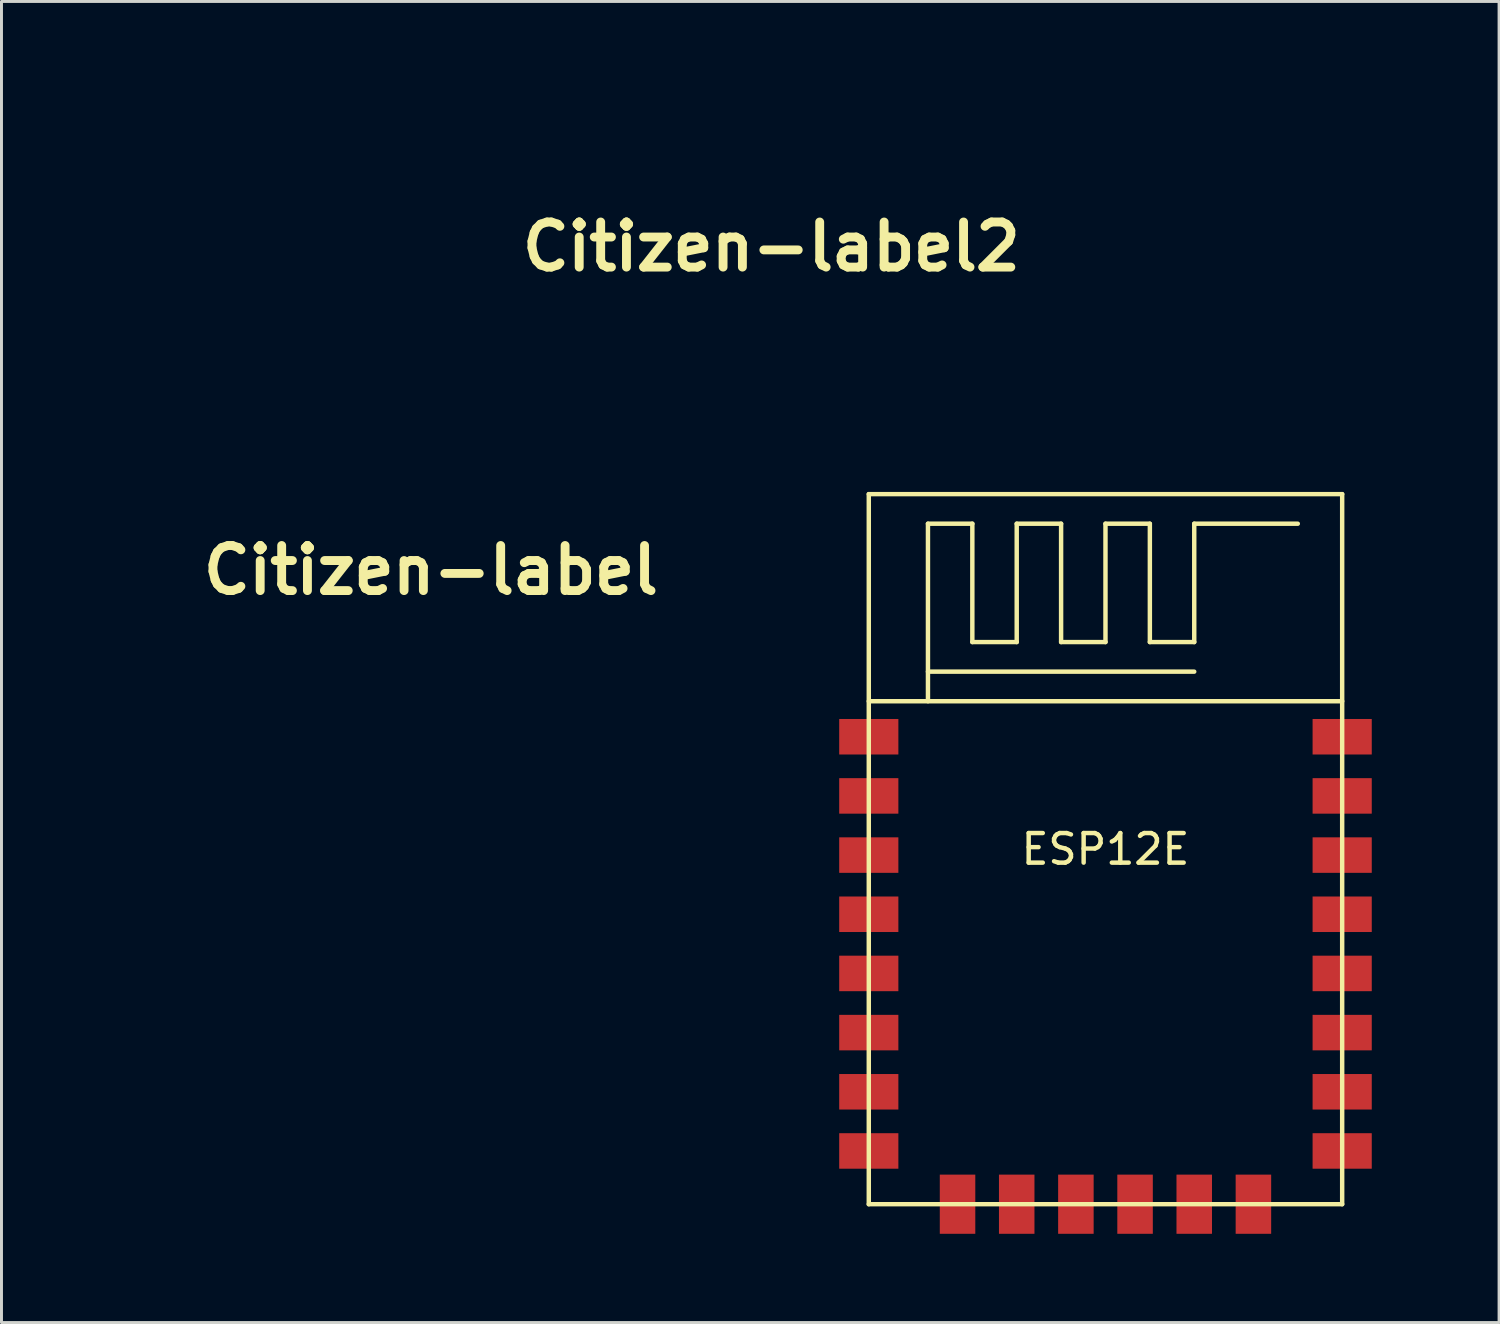
<source format=kicad_pcb>
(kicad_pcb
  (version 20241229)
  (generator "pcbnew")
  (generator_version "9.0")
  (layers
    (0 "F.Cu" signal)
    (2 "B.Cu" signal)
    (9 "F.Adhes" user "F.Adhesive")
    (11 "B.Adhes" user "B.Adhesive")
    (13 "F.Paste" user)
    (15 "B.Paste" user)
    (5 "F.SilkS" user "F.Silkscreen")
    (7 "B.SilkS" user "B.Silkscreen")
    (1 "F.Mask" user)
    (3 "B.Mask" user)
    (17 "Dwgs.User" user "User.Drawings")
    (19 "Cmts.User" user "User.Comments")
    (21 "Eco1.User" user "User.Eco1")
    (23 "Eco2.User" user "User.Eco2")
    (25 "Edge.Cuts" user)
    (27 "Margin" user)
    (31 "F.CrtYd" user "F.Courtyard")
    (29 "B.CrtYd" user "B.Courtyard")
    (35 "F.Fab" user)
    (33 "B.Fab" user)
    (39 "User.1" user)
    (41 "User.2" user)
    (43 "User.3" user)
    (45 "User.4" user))
  (footprint "ESP12E"
    (layer "F.Cu")
    (at 34.314 25.651)
    (property "Reference" "ESP12E" (at 0 0 0) (layer "F.SilkS") (effects (font (size 1 1) (thickness 0.15))))
    (attr through_hole)
    (fp_line (start -8 -12) (end -8 12) (stroke (width 0.15) (type solid)) (layer "F.SilkS"))
    (fp_line (start -8 -5) (end 8 -5) (stroke (width 0.15) (type solid)) (layer "F.SilkS"))
    (fp_line (start -8 12) (end 8 12) (stroke (width 0.15) (type solid)) (layer "F.SilkS"))
    (fp_line (start -6 -11) (end -4.5 -11) (stroke (width 0.15) (type solid)) (layer "F.SilkS"))
    (fp_line (start -6 -6) (end 3 -6) (stroke (width 0.15) (type solid)) (layer "F.SilkS"))
    (fp_line (start -6 -5) (end -6 -11) (stroke (width 0.15) (type solid)) (layer "F.SilkS"))
    (fp_line (start -4.5 -11) (end -4.5 -7) (stroke (width 0.15) (type solid)) (layer "F.SilkS"))
    (fp_line (start -4.5 -7) (end -3 -7) (stroke (width 0.15) (type solid)) (layer "F.SilkS"))
    (fp_line (start -3 -11) (end -1.5 -11) (stroke (width 0.15) (type solid)) (layer "F.SilkS"))
    (fp_line (start -3 -7) (end -3 -11) (stroke (width 0.15) (type solid)) (layer "F.SilkS"))
    (fp_line (start -1.5 -11) (end -1.5 -7) (stroke (width 0.15) (type solid)) (layer "F.SilkS"))
    (fp_line (start -1.5 -7) (end 0 -7) (stroke (width 0.15) (type solid)) (layer "F.SilkS"))
    (fp_line (start 0 -11) (end 1.5 -11) (stroke (width 0.15) (type solid)) (layer "F.SilkS"))
    (fp_line (start 0 -7) (end 0 -11) (stroke (width 0.15) (type solid)) (layer "F.SilkS"))
    (fp_line (start 1.5 -11) (end 1.5 -7) (stroke (width 0.15) (type solid)) (layer "F.SilkS"))
    (fp_line (start 1.5 -7) (end 3 -7) (stroke (width 0.15) (type solid)) (layer "F.SilkS"))
    (fp_line (start 3 -11) (end 6.5 -11) (stroke (width 0.15) (type solid)) (layer "F.SilkS"))
    (fp_line (start 3 -7) (end 3 -11) (stroke (width 0.15) (type solid)) (layer "F.SilkS"))
    (fp_line (start 8 -12) (end -8 -12) (stroke (width 0.15) (type solid)) (layer "F.SilkS"))
    (fp_line (start 8 12) (end 8 -12) (stroke (width 0.15) (type solid)) (layer "F.SilkS"))
    (pad "1" smd rect (at -8 -3.8) (size 2 1.2) (layers "F.Cu" "F.Mask" "F.Paste"))
    (pad "2" smd rect (at -8 -1.8) (size 2 1.2) (layers "F.Cu" "F.Mask" "F.Paste"))
    (pad "3" smd rect (at -8 0.2) (size 2 1.2) (layers "F.Cu" "F.Mask" "F.Paste"))
    (pad "4" smd rect (at -8 2.2) (size 2 1.2) (layers "F.Cu" "F.Mask" "F.Paste"))
    (pad "5" smd rect (at -8 4.2) (size 2 1.2) (layers "F.Cu" "F.Mask" "F.Paste"))
    (pad "6" smd rect (at -8 6.2) (size 2 1.2) (layers "F.Cu" "F.Mask" "F.Paste"))
    (pad "7" smd rect (at -8 8.2) (size 2 1.2) (layers "F.Cu" "F.Mask" "F.Paste"))
    (pad "8" smd rect (at -8 10.2) (size 2 1.2) (layers "F.Cu" "F.Mask" "F.Paste"))
    (pad "9" smd rect (at -5 12 90) (size 2 1.2) (layers "F.Cu" "F.Mask" "F.Paste"))
    (pad "10" smd rect (at -3 12 90) (size 2 1.2) (layers "F.Cu" "F.Mask" "F.Paste"))
    (pad "11" smd rect (at -1 12 90) (size 2 1.2) (layers "F.Cu" "F.Mask" "F.Paste"))
    (pad "12" smd rect (at 1 12 90) (size 2 1.2) (layers "F.Cu" "F.Mask" "F.Paste"))
    (pad "13" smd rect (at 3 12 90) (size 2 1.2) (layers "F.Cu" "F.Mask" "F.Paste"))
    (pad "14" smd rect (at 5 12 90) (size 2 1.2) (layers "F.Cu" "F.Mask" "F.Paste"))
    (pad "15" smd rect (at 8 10.2) (size 2 1.2) (layers "F.Cu" "F.Mask" "F.Paste"))
    (pad "16" smd rect (at 8 8.2) (size 2 1.2) (layers "F.Cu" "F.Mask" "F.Paste"))
    (pad "17" smd rect (at 8 6.2) (size 2 1.2) (layers "F.Cu" "F.Mask" "F.Paste"))
    (pad "18" smd rect (at 8 4.2) (size 2 1.2) (layers "F.Cu" "F.Mask" "F.Paste"))
    (pad "19" smd rect (at 8 2.2) (size 2 1.2) (layers "F.Cu" "F.Mask" "F.Paste"))
    (pad "20" smd rect (at 8 0.2) (size 2 1.2) (layers "F.Cu" "F.Mask" "F.Paste"))
    (pad "21" smd rect (at 8 -1.8) (size 2 1.2) (layers "F.Cu" "F.Mask" "F.Paste"))
    (pad "22" smd rect (at 8 -3.8) (size 2 1.2) (layers "F.Cu" "F.Mask" "F.Paste")))
  (footprint "Citizen-label2"
    (layer "F.Cu")
    (at 23.022 5.288)
    (property "Reference" "Citizen-label2" (at 0 0 0) (layer "F.SilkS") (effects (font (size 1.524 1.524) (thickness 0.3))))
    (attr through_hole)
    (fp_poly (pts (xy -13.293 5.207) (xy -15.367 5.207) (xy -15.367 -5.165) (xy -13.293 -5.165) (xy -13.293 5.207)) (stroke (width 0.01) (type solid)) (fill yes) (layer "F.Mask"))
    (fp_poly (pts (xy -1.905 5.207) (xy -3.979 5.207) (xy -3.979 -5.165) (xy -1.905 -5.165) (xy -1.905 5.207)) (stroke (width 0.01) (type solid)) (fill yes) (layer "F.Mask"))
    (fp_poly (pts (xy -6.011 -3.262) (xy -6.805 -3.25) (xy -7.599 -3.239) (xy -7.62 5.207) (xy -9.652 5.207) (xy -9.673 -3.239) (xy -10.467 -3.25) (xy -11.261 -3.262) (xy -11.261 -5.165) (xy -6.011 -5.165) (xy -6.011 -3.262)) (stroke (width 0.01) (type solid)) (fill yes) (layer "F.Mask"))
    (fp_poly (pts (xy 12.827 -3.26) (xy 10.753 -3.26) (xy 10.753 -0.974) (xy 12.573 -0.974) (xy 12.573 0.931) (xy 10.753 0.931) (xy 10.753 3.26) (xy 12.827 3.26) (xy 12.827 5.207) (xy 8.721 5.207) (xy 8.721 -5.165) (xy 12.827 -5.165) (xy 12.827 -3.26)) (stroke (width 0.01) (type solid)) (fill yes) (layer "F.Mask"))
    (fp_poly (pts (xy 16.179 -5.155) (xy 17.161 -5.144) (xy 18.411 -2.086) (xy 18.608 -1.605) (xy 18.795 -1.147) (xy 18.972 -0.719) (xy 19.134 -0.326) (xy 19.279 0.025) (xy 19.406 0.329) (xy 19.511 0.58) (xy 19.592 0.772) (xy 19.646 0.899) (xy 19.672 0.954) (xy 19.674 0.957) (xy 19.674 0.911) (xy 19.659 0.807) (xy 19.639 0.694) (xy 19.627 0.591) (xy 19.616 0.409) (xy 19.606 0.147) (xy 19.597 -0.197) (xy 19.589 -0.621) (xy 19.582 -1.128) (xy 19.576 -1.719) (xy 19.571 -2.36) (xy 19.553 -5.165) (xy 21.59 -5.165) (xy 21.59 5.207) (xy 20.627 5.206) (xy 19.664 5.205) (xy 18.415 2.112) (xy 18.219 1.626) (xy 18.032 1.164) (xy 17.856 0.73) (xy 17.694 0.332) (xy 17.548 -0.026) (xy 17.42 -0.337) (xy 17.314 -0.595) (xy 17.231 -0.794) (xy 17.175 -0.928) (xy 17.147 -0.991) (xy 17.144 -0.995) (xy 17.139 -0.961) (xy 17.142 -0.858) (xy 17.153 -0.702) (xy 17.169 -0.507) (xy 17.173 -0.473) (xy 17.186 -0.287) (xy 17.197 -0.018) (xy 17.206 0.329) (xy 17.214 0.755) (xy 17.22 1.254) (xy 17.224 1.826) (xy 17.227 2.467) (xy 17.227 2.635) (xy 17.23 5.207) (xy 15.198 5.207) (xy 15.198 -5.166) (xy 16.179 -5.155)) (stroke (width 0.01) (type solid)) (fill yes) (layer "F.Mask"))
    (fp_poly (pts (xy 6.24 -4.117) (xy 6.152 -3.907) (xy 6.035 -3.628) (xy 5.892 -3.289) (xy 5.728 -2.897) (xy 5.545 -2.462) (xy 5.348 -1.993) (xy 5.139 -1.497) (xy 4.924 -0.985) (xy 4.705 -0.463) (xy 4.486 0.058) (xy 4.474 0.085) (xy 3.149 3.239) (xy 4.771 3.25) (xy 6.392 3.261) (xy 6.392 5.207) (xy 3.281 5.207) (xy 2.61 5.206) (xy 2.022 5.205) (xy 1.517 5.202) (xy 1.094 5.198) (xy 0.751 5.193) (xy 0.489 5.187) (xy 0.305 5.18) (xy 0.199 5.172) (xy 0.169 5.163) (xy 0.185 5.119) (xy 0.231 5.001) (xy 0.304 4.816) (xy 0.404 4.567) (xy 0.527 4.261) (xy 0.672 3.903) (xy 0.836 3.497) (xy 1.018 3.049) (xy 1.215 2.564) (xy 1.426 2.047) (xy 1.647 1.504) (xy 1.863 0.977) (xy 2.093 0.413) (xy 2.314 -0.129) (xy 2.524 -0.644) (xy 2.72 -1.127) (xy 2.901 -1.572) (xy 3.064 -1.975) (xy 3.207 -2.331) (xy 3.329 -2.634) (xy 3.427 -2.878) (xy 3.499 -3.06) (xy 3.542 -3.173) (xy 3.556 -3.213) (xy 3.527 -3.226) (xy 3.436 -3.238) (xy 3.28 -3.246) (xy 3.054 -3.253) (xy 2.754 -3.257) (xy 2.377 -3.259) (xy 2.074 -3.26) (xy 0.593 -3.26) (xy 0.593 -5.165) (xy 3.637 -5.165) (xy 6.681 -5.165) (xy 6.24 -4.117)) (stroke (width 0.01) (type solid)) (fill yes) (layer "F.Mask"))
    (fp_poly (pts (xy -18.272 -5.272) (xy -17.768 -5.187) (xy -17.664 -5.16) (xy -17.484 -5.111) (xy -17.484 -4.164) (xy -17.485 -3.891) (xy -17.489 -3.649) (xy -17.495 -3.45) (xy -17.502 -3.306) (xy -17.511 -3.228) (xy -17.515 -3.218) (xy -17.573 -3.228) (xy -17.679 -3.252) (xy -17.716 -3.261) (xy -17.901 -3.29) (xy -18.137 -3.302) (xy -18.395 -3.299) (xy -18.645 -3.281) (xy -18.854 -3.249) (xy -18.898 -3.239) (xy -19.291 -3.092) (xy -19.653 -2.87) (xy -19.976 -2.581) (xy -20.255 -2.23) (xy -20.483 -1.825) (xy -20.546 -1.676) (xy -20.604 -1.511) (xy -20.666 -1.298) (xy -20.723 -1.072) (xy -20.746 -0.966) (xy -20.785 -0.762) (xy -20.809 -0.581) (xy -20.821 -0.395) (xy -20.822 -0.178) (xy -20.815 0.064) (xy -20.763 0.653) (xy -20.652 1.189) (xy -20.479 1.68) (xy -20.242 2.134) (xy -20.172 2.244) (xy -19.899 2.59) (xy -19.586 2.875) (xy -19.241 3.094) (xy -18.873 3.243) (xy -18.492 3.319) (xy -18.107 3.316) (xy -17.942 3.289) (xy -17.78 3.254) (xy -17.644 3.221) (xy -17.561 3.197) (xy -17.557 3.195) (xy -17.533 3.19) (xy -17.515 3.203) (xy -17.503 3.243) (xy -17.494 3.321) (xy -17.49 3.446) (xy -17.489 3.627) (xy -17.49 3.874) (xy -17.493 4.154) (xy -17.505 5.144) (xy -17.78 5.215) (xy -18.016 5.257) (xy -18.307 5.279) (xy -18.627 5.283) (xy -18.947 5.266) (xy -19.241 5.23) (xy -19.268 5.225) (xy -19.822 5.083) (xy -20.356 4.862) (xy -20.859 4.567) (xy -21.135 4.362) (xy -21.558 3.968) (xy -21.931 3.512) (xy -22.254 3.003) (xy -22.522 2.449) (xy -22.735 1.859) (xy -22.89 1.242) (xy -22.985 0.607) (xy -23.017 -0.039) (xy -22.986 -0.686) (xy -22.888 -1.325) (xy -22.721 -1.949) (xy -22.712 -1.975) (xy -22.469 -2.592) (xy -22.171 -3.155) (xy -21.822 -3.66) (xy -21.426 -4.103) (xy -20.985 -4.481) (xy -20.505 -4.789) (xy -19.988 -5.024) (xy -19.833 -5.077) (xy -19.293 -5.218) (xy -18.776 -5.283) (xy -18.272 -5.272)) (stroke (width 0.01) (type solid)) (fill yes) (layer "F.Mask")))
  (footprint "Citizen-label"
    (layer "F.Cu")
    (at 11.514 16.222)
    (property "Reference" "Citizen-label" (at 0 0 0) (layer "F.SilkS") (effects (font (size 1.524 1.524) (thickness 0.3))))
    (attr through_hole)
    (fp_poly (pts (xy -6.646 2.603) (xy -7.684 2.603) (xy -7.684 -2.582) (xy -6.646 -2.582) (xy -6.646 2.603)) (stroke (width 0.01) (type solid)) (fill yes) (layer "F.Mask"))
    (fp_poly (pts (xy -0.953 2.603) (xy -1.99 2.603) (xy -1.99 -2.582) (xy -0.953 -2.582) (xy -0.953 2.603)) (stroke (width 0.01) (type solid)) (fill yes) (layer "F.Mask"))
    (fp_poly (pts (xy -3.006 -1.631) (xy -3.799 -1.619) (xy -3.81 2.603) (xy -4.826 2.603) (xy -4.837 -1.619) (xy -5.63 -1.631) (xy -5.63 -2.582) (xy -3.006 -2.582) (xy -3.006 -1.631)) (stroke (width 0.01) (type solid)) (fill yes) (layer "F.Mask"))
    (fp_poly (pts (xy 6.413 -1.63) (xy 5.376 -1.63) (xy 5.376 -0.487) (xy 6.287 -0.487) (xy 6.287 0.466) (xy 5.376 0.466) (xy 5.376 1.63) (xy 6.413 1.63) (xy 6.413 2.603) (xy 4.36 2.603) (xy 4.36 -2.582) (xy 6.413 -2.582) (xy 6.413 -1.63)) (stroke (width 0.01) (type solid)) (fill yes) (layer "F.Mask"))
    (fp_poly (pts (xy 8.09 -2.577) (xy 8.581 -2.572) (xy 9.205 -1.043) (xy 9.304 -0.802) (xy 9.398 -0.574) (xy 9.486 -0.359) (xy 9.567 -0.163) (xy 9.64 0.013) (xy 9.703 0.165) (xy 9.755 0.29) (xy 9.796 0.386) (xy 9.823 0.449) (xy 9.836 0.477) (xy 9.837 0.478) (xy 9.837 0.456) (xy 9.83 0.404) (xy 9.819 0.347) (xy 9.813 0.295) (xy 9.808 0.204) (xy 9.803 0.073) (xy 9.798 -0.098) (xy 9.794 -0.311) (xy 9.791 -0.564) (xy 9.788 -0.859) (xy 9.786 -1.18) (xy 9.776 -2.582) (xy 10.795 -2.582) (xy 10.795 2.603) (xy 10.313 2.603) (xy 9.832 2.603) (xy 9.208 1.056) (xy 9.109 0.813) (xy 9.016 0.582) (xy 8.928 0.365) (xy 8.847 0.166) (xy 8.774 -0.013) (xy 8.71 -0.168) (xy 8.657 -0.297) (xy 8.616 -0.397) (xy 8.587 -0.464) (xy 8.573 -0.496) (xy 8.572 -0.498) (xy 8.57 -0.481) (xy 8.571 -0.429) (xy 8.576 -0.351) (xy 8.585 -0.253) (xy 8.586 -0.236) (xy 8.593 -0.143) (xy 8.598 -0.009) (xy 8.603 0.165) (xy 8.607 0.377) (xy 8.61 0.627) (xy 8.612 0.913) (xy 8.613 1.234) (xy 8.613 1.318) (xy 8.615 2.603) (xy 7.599 2.603) (xy 7.599 -2.583) (xy 8.09 -2.577)) (stroke (width 0.01) (type solid)) (fill yes) (layer "F.Mask"))
    (fp_poly (pts (xy 3.12 -2.058) (xy 3.076 -1.954) (xy 3.017 -1.814) (xy 2.946 -1.644) (xy 2.864 -1.449) (xy 2.772 -1.231) (xy 2.674 -0.996) (xy 2.57 -0.749) (xy 2.462 -0.492) (xy 2.352 -0.232) (xy 2.243 0.029) (xy 2.237 0.042) (xy 1.574 1.619) (xy 3.196 1.63) (xy 3.196 2.603) (xy 1.64 2.603) (xy 1.305 2.603) (xy 1.011 2.602) (xy 0.758 2.601) (xy 0.547 2.599) (xy 0.376 2.597) (xy 0.244 2.594) (xy 0.152 2.59) (xy 0.099 2.586) (xy 0.085 2.582) (xy 0.093 2.559) (xy 0.115 2.501) (xy 0.152 2.408) (xy 0.202 2.284) (xy 0.263 2.131) (xy 0.336 1.951) (xy 0.418 1.749) (xy 0.509 1.525) (xy 0.608 1.282) (xy 0.713 1.024) (xy 0.824 0.752) (xy 0.931 0.488) (xy 1.046 0.207) (xy 1.157 -0.064) (xy 1.262 -0.322) (xy 1.36 -0.563) (xy 1.45 -0.786) (xy 1.532 -0.988) (xy 1.604 -1.165) (xy 1.664 -1.317) (xy 1.713 -1.439) (xy 1.749 -1.53) (xy 1.771 -1.587) (xy 1.778 -1.606) (xy 1.763 -1.613) (xy 1.718 -1.619) (xy 1.64 -1.623) (xy 1.527 -1.626) (xy 1.377 -1.629) (xy 1.188 -1.63) (xy 1.037 -1.63) (xy 0.296 -1.63) (xy 0.296 -2.582) (xy 1.818 -2.582) (xy 3.34 -2.582) (xy 3.12 -2.058)) (stroke (width 0.01) (type solid)) (fill yes) (layer "F.Mask"))
    (fp_poly (pts (xy -9.136 -2.636) (xy -8.884 -2.593) (xy -8.832 -2.58) (xy -8.742 -2.556) (xy -8.742 -2.082) (xy -8.743 -1.946) (xy -8.744 -1.825) (xy -8.747 -1.725) (xy -8.751 -1.653) (xy -8.755 -1.614) (xy -8.758 -1.609) (xy -8.787 -1.614) (xy -8.84 -1.626) (xy -8.858 -1.631) (xy -8.95 -1.645) (xy -9.069 -1.651) (xy -9.198 -1.65) (xy -9.322 -1.641) (xy -9.427 -1.625) (xy -9.449 -1.619) (xy -9.645 -1.546) (xy -9.826 -1.435) (xy -9.988 -1.29) (xy -10.128 -1.115) (xy -10.241 -0.912) (xy -10.273 -0.838) (xy -10.302 -0.756) (xy -10.333 -0.649) (xy -10.361 -0.536) (xy -10.373 -0.483) (xy -10.392 -0.381) (xy -10.405 -0.29) (xy -10.41 -0.198) (xy -10.411 -0.089) (xy -10.407 0.032) (xy -10.382 0.327) (xy -10.326 0.595) (xy -10.24 0.84) (xy -10.121 1.067) (xy -10.086 1.122) (xy -9.949 1.295) (xy -9.793 1.437) (xy -9.62 1.547) (xy -9.437 1.622) (xy -9.246 1.659) (xy -9.053 1.658) (xy -8.971 1.645) (xy -8.89 1.627) (xy -8.822 1.61) (xy -8.78 1.598) (xy -8.778 1.598) (xy -8.767 1.595) (xy -8.758 1.601) (xy -8.751 1.622) (xy -8.747 1.66) (xy -8.745 1.723) (xy -8.744 1.813) (xy -8.745 1.937) (xy -8.747 2.077) (xy -8.752 2.572) (xy -8.89 2.607) (xy -9.008 2.628) (xy -9.154 2.64) (xy -9.313 2.641) (xy -9.474 2.633) (xy -9.621 2.615) (xy -9.634 2.613) (xy -9.911 2.541) (xy -10.178 2.431) (xy -10.43 2.284) (xy -10.568 2.181) (xy -10.779 1.984) (xy -10.966 1.756) (xy -11.127 1.501) (xy -11.261 1.224) (xy -11.367 0.93) (xy -11.445 0.621) (xy -11.492 0.303) (xy -11.509 -0.019) (xy -11.493 -0.343) (xy -11.444 -0.663) (xy -11.361 -0.975) (xy -11.356 -0.987) (xy -11.235 -1.296) (xy -11.086 -1.577) (xy -10.911 -1.83) (xy -10.713 -2.052) (xy -10.493 -2.241) (xy -10.252 -2.395) (xy -9.994 -2.512) (xy -9.917 -2.539) (xy -9.646 -2.609) (xy -9.388 -2.641) (xy -9.136 -2.636)) (stroke (width 0.01) (type solid)) (fill yes) (layer "F.Mask")))
  (gr_rect
    (start -3 -3)
    (end 47.617 41.651)
    (stroke (width 0.1) (type default))
    (fill no)
    (layer "Edge.Cuts")))
</source>
